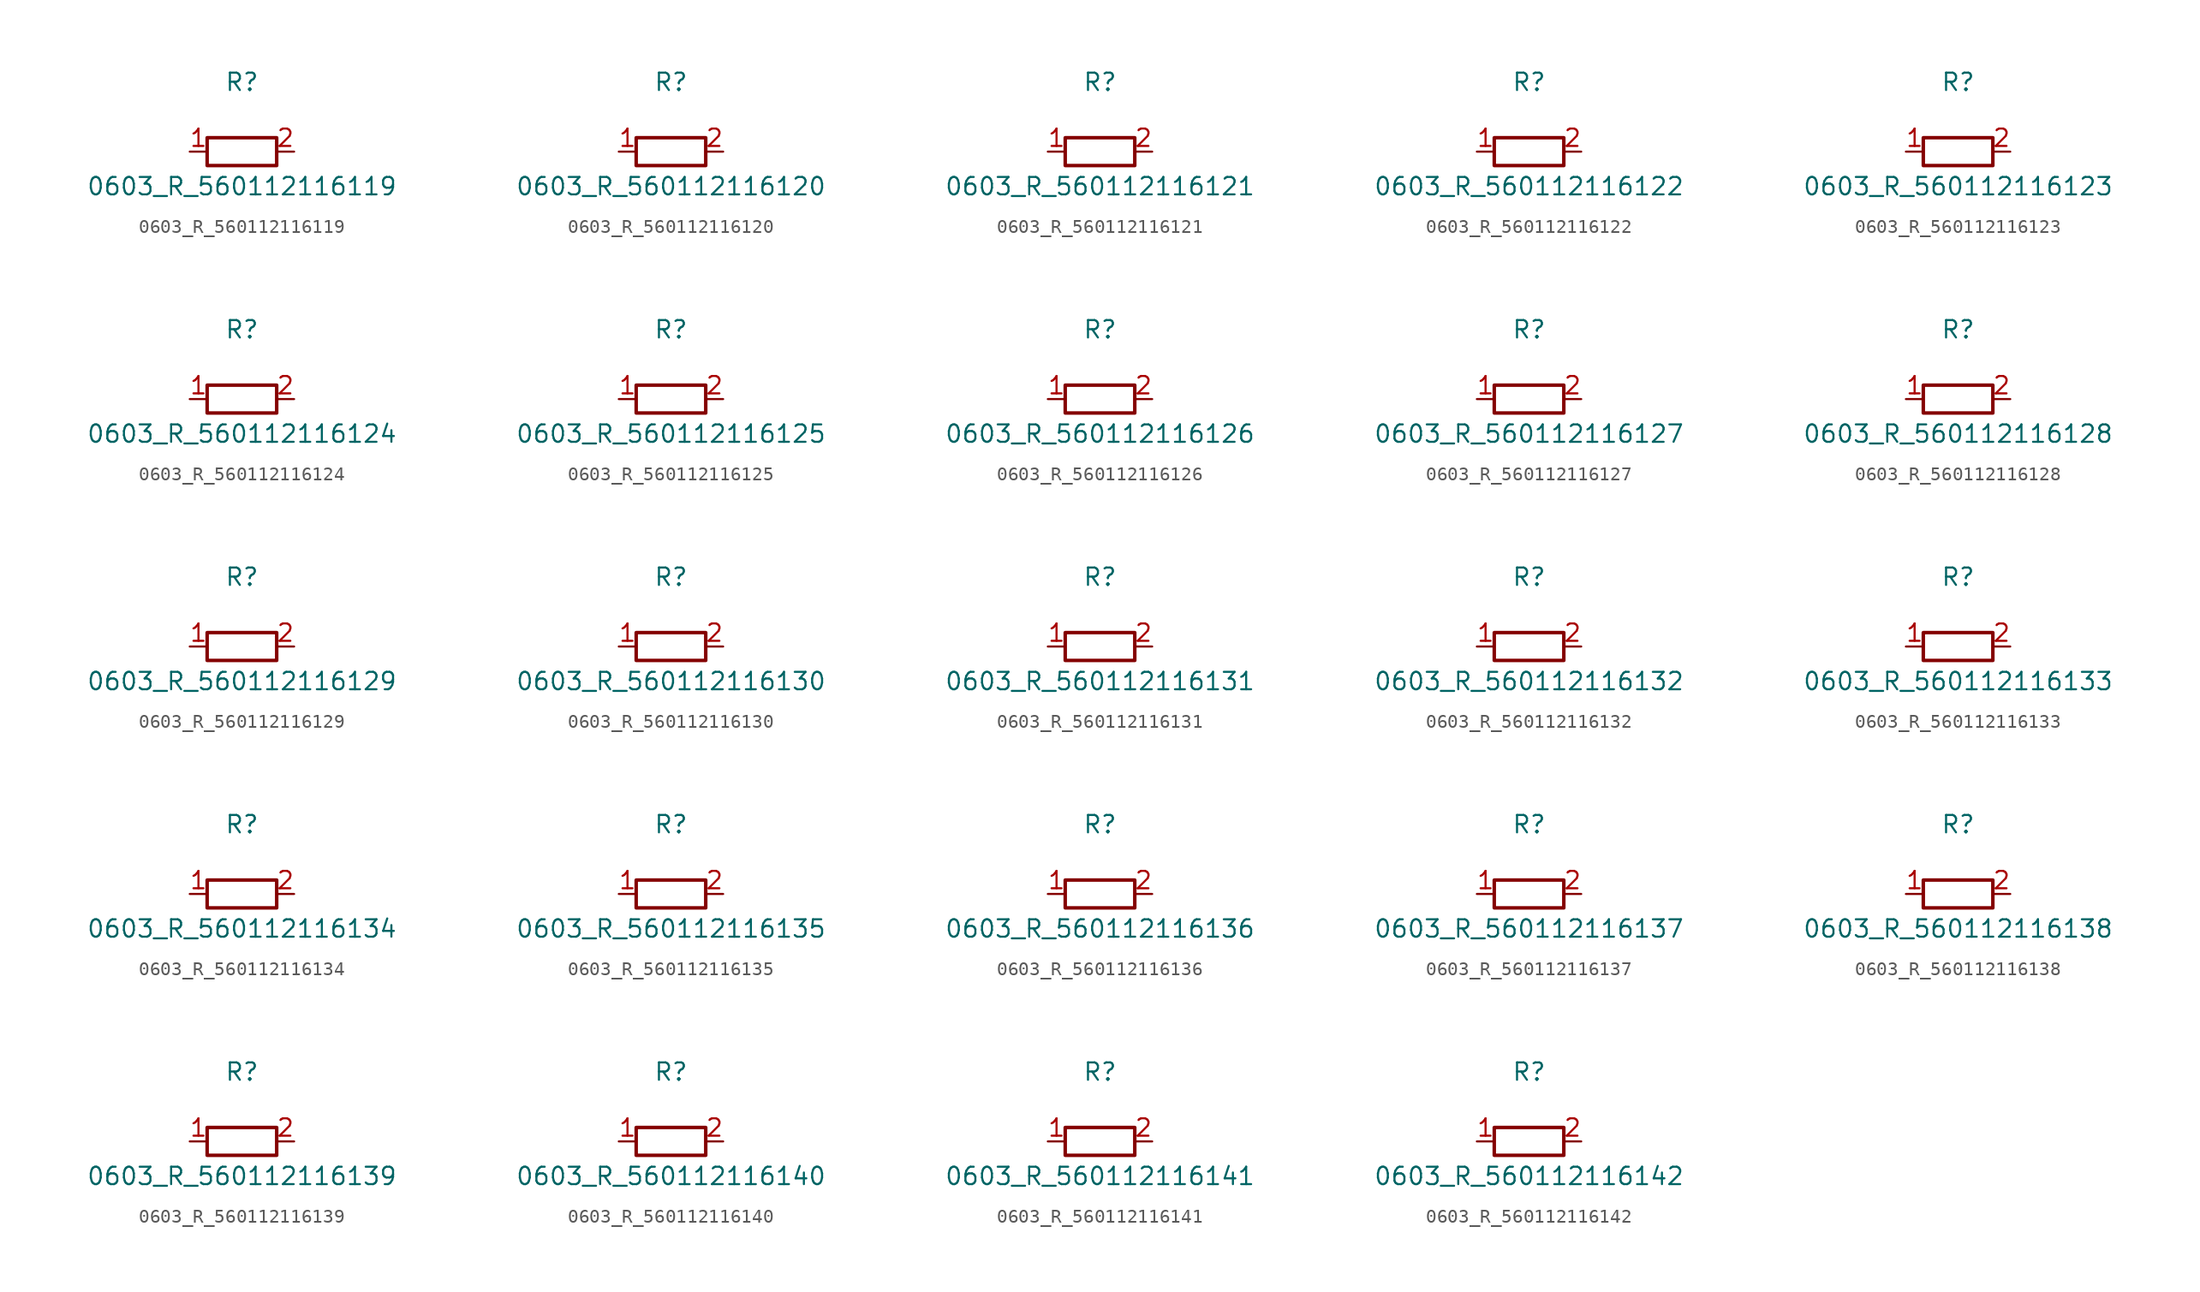
<source format=kicad_sym>
(kicad_symbol_lib
  (version 20220914)
  (generator kicad_symbol_editor)
  (symbol "0603_R_560112116119"
    (pin_names hide)
    (property "Reference" "R"
      (at 0 5.08 0)
      (effects (font (size 1.27 1.27))))
    (property "Value" "0603_R_560112116119"
      (at 0 -2.54 0)
      (effects (font (size 1.27 1.27))))
    (symbol "0603_R_560112116119_0_1"
      (rectangle (start -2.54 -1.016) (end 2.54 1.016) (stroke (width 0.254) (type default)) (fill (type none))))
    (symbol "0603_R_560112116119_1_1"
      (pin passive line (at -3.81 0 0) (length 1.27) (name "~" (effects (font (size 1.27 1.27)))) (number "1" (effects (font (size 1.27 1.27)))))
      (pin passive line (at 3.81 0 180) (length 1.27) (name "~" (effects (font (size 1.27 1.27)))) (number "2" (effects (font (size 1.27 1.27)))))))
  (symbol "0603_R_560112116120"
    (pin_names hide)
    (property "Reference" "R"
      (at 0 5.08 0)
      (effects (font (size 1.27 1.27))))
    (property "Value" "0603_R_560112116120"
      (at 0 -2.54 0)
      (effects (font (size 1.27 1.27))))
    (symbol "0603_R_560112116120_0_1"
      (rectangle (start -2.54 -1.016) (end 2.54 1.016) (stroke (width 0.254) (type default)) (fill (type none))))
    (symbol "0603_R_560112116120_1_1"
      (pin passive line (at -3.81 0 0) (length 1.27) (name "~" (effects (font (size 1.27 1.27)))) (number "1" (effects (font (size 1.27 1.27)))))
      (pin passive line (at 3.81 0 180) (length 1.27) (name "~" (effects (font (size 1.27 1.27)))) (number "2" (effects (font (size 1.27 1.27)))))))
  (symbol "0603_R_560112116121"
    (pin_names hide)
    (property "Reference" "R"
      (at 0 5.08 0)
      (effects (font (size 1.27 1.27))))
    (property "Value" "0603_R_560112116121"
      (at 0 -2.54 0)
      (effects (font (size 1.27 1.27))))
    (symbol "0603_R_560112116121_0_1"
      (rectangle (start -2.54 -1.016) (end 2.54 1.016) (stroke (width 0.254) (type default)) (fill (type none))))
    (symbol "0603_R_560112116121_1_1"
      (pin passive line (at -3.81 0 0) (length 1.27) (name "~" (effects (font (size 1.27 1.27)))) (number "1" (effects (font (size 1.27 1.27)))))
      (pin passive line (at 3.81 0 180) (length 1.27) (name "~" (effects (font (size 1.27 1.27)))) (number "2" (effects (font (size 1.27 1.27)))))))
  (symbol "0603_R_560112116122"
    (pin_names hide)
    (property "Reference" "R"
      (at 0 5.08 0)
      (effects (font (size 1.27 1.27))))
    (property "Value" "0603_R_560112116122"
      (at 0 -2.54 0)
      (effects (font (size 1.27 1.27))))
    (symbol "0603_R_560112116122_0_1"
      (rectangle (start -2.54 -1.016) (end 2.54 1.016) (stroke (width 0.254) (type default)) (fill (type none))))
    (symbol "0603_R_560112116122_1_1"
      (pin passive line (at -3.81 0 0) (length 1.27) (name "~" (effects (font (size 1.27 1.27)))) (number "1" (effects (font (size 1.27 1.27)))))
      (pin passive line (at 3.81 0 180) (length 1.27) (name "~" (effects (font (size 1.27 1.27)))) (number "2" (effects (font (size 1.27 1.27)))))))
  (symbol "0603_R_560112116123"
    (pin_names hide)
    (property "Reference" "R"
      (at 0 5.08 0)
      (effects (font (size 1.27 1.27))))
    (property "Value" "0603_R_560112116123"
      (at 0 -2.54 0)
      (effects (font (size 1.27 1.27))))
    (symbol "0603_R_560112116123_0_1"
      (rectangle (start -2.54 -1.016) (end 2.54 1.016) (stroke (width 0.254) (type default)) (fill (type none))))
    (symbol "0603_R_560112116123_1_1"
      (pin passive line (at -3.81 0 0) (length 1.27) (name "~" (effects (font (size 1.27 1.27)))) (number "1" (effects (font (size 1.27 1.27)))))
      (pin passive line (at 3.81 0 180) (length 1.27) (name "~" (effects (font (size 1.27 1.27)))) (number "2" (effects (font (size 1.27 1.27)))))))
  (symbol "0603_R_560112116124"
    (pin_names hide)
    (property "Reference" "R"
      (at 0 5.08 0)
      (effects (font (size 1.27 1.27))))
    (property "Value" "0603_R_560112116124"
      (at 0 -2.54 0)
      (effects (font (size 1.27 1.27))))
    (symbol "0603_R_560112116124_0_1"
      (rectangle (start -2.54 -1.016) (end 2.54 1.016) (stroke (width 0.254) (type default)) (fill (type none))))
    (symbol "0603_R_560112116124_1_1"
      (pin passive line (at -3.81 0 0) (length 1.27) (name "~" (effects (font (size 1.27 1.27)))) (number "1" (effects (font (size 1.27 1.27)))))
      (pin passive line (at 3.81 0 180) (length 1.27) (name "~" (effects (font (size 1.27 1.27)))) (number "2" (effects (font (size 1.27 1.27)))))))
  (symbol "0603_R_560112116125"
    (pin_names hide)
    (property "Reference" "R"
      (at 0 5.08 0)
      (effects (font (size 1.27 1.27))))
    (property "Value" "0603_R_560112116125"
      (at 0 -2.54 0)
      (effects (font (size 1.27 1.27))))
    (symbol "0603_R_560112116125_0_1"
      (rectangle (start -2.54 -1.016) (end 2.54 1.016) (stroke (width 0.254) (type default)) (fill (type none))))
    (symbol "0603_R_560112116125_1_1"
      (pin passive line (at -3.81 0 0) (length 1.27) (name "~" (effects (font (size 1.27 1.27)))) (number "1" (effects (font (size 1.27 1.27)))))
      (pin passive line (at 3.81 0 180) (length 1.27) (name "~" (effects (font (size 1.27 1.27)))) (number "2" (effects (font (size 1.27 1.27)))))))
  (symbol "0603_R_560112116126"
    (pin_names hide)
    (property "Reference" "R"
      (at 0 5.08 0)
      (effects (font (size 1.27 1.27))))
    (property "Value" "0603_R_560112116126"
      (at 0 -2.54 0)
      (effects (font (size 1.27 1.27))))
    (symbol "0603_R_560112116126_0_1"
      (rectangle (start -2.54 -1.016) (end 2.54 1.016) (stroke (width 0.254) (type default)) (fill (type none))))
    (symbol "0603_R_560112116126_1_1"
      (pin passive line (at -3.81 0 0) (length 1.27) (name "~" (effects (font (size 1.27 1.27)))) (number "1" (effects (font (size 1.27 1.27)))))
      (pin passive line (at 3.81 0 180) (length 1.27) (name "~" (effects (font (size 1.27 1.27)))) (number "2" (effects (font (size 1.27 1.27)))))))
  (symbol "0603_R_560112116127"
    (pin_names hide)
    (property "Reference" "R"
      (at 0 5.08 0)
      (effects (font (size 1.27 1.27))))
    (property "Value" "0603_R_560112116127"
      (at 0 -2.54 0)
      (effects (font (size 1.27 1.27))))
    (symbol "0603_R_560112116127_0_1"
      (rectangle (start -2.54 -1.016) (end 2.54 1.016) (stroke (width 0.254) (type default)) (fill (type none))))
    (symbol "0603_R_560112116127_1_1"
      (pin passive line (at -3.81 0 0) (length 1.27) (name "~" (effects (font (size 1.27 1.27)))) (number "1" (effects (font (size 1.27 1.27)))))
      (pin passive line (at 3.81 0 180) (length 1.27) (name "~" (effects (font (size 1.27 1.27)))) (number "2" (effects (font (size 1.27 1.27)))))))
  (symbol "0603_R_560112116128"
    (pin_names hide)
    (property "Reference" "R"
      (at 0 5.08 0)
      (effects (font (size 1.27 1.27))))
    (property "Value" "0603_R_560112116128"
      (at 0 -2.54 0)
      (effects (font (size 1.27 1.27))))
    (symbol "0603_R_560112116128_0_1"
      (rectangle (start -2.54 -1.016) (end 2.54 1.016) (stroke (width 0.254) (type default)) (fill (type none))))
    (symbol "0603_R_560112116128_1_1"
      (pin passive line (at -3.81 0 0) (length 1.27) (name "~" (effects (font (size 1.27 1.27)))) (number "1" (effects (font (size 1.27 1.27)))))
      (pin passive line (at 3.81 0 180) (length 1.27) (name "~" (effects (font (size 1.27 1.27)))) (number "2" (effects (font (size 1.27 1.27)))))))
  (symbol "0603_R_560112116129"
    (pin_names hide)
    (property "Reference" "R"
      (at 0 5.08 0)
      (effects (font (size 1.27 1.27))))
    (property "Value" "0603_R_560112116129"
      (at 0 -2.54 0)
      (effects (font (size 1.27 1.27))))
    (symbol "0603_R_560112116129_0_1"
      (rectangle (start -2.54 -1.016) (end 2.54 1.016) (stroke (width 0.254) (type default)) (fill (type none))))
    (symbol "0603_R_560112116129_1_1"
      (pin passive line (at -3.81 0 0) (length 1.27) (name "~" (effects (font (size 1.27 1.27)))) (number "1" (effects (font (size 1.27 1.27)))))
      (pin passive line (at 3.81 0 180) (length 1.27) (name "~" (effects (font (size 1.27 1.27)))) (number "2" (effects (font (size 1.27 1.27)))))))
  (symbol "0603_R_560112116130"
    (pin_names hide)
    (property "Reference" "R"
      (at 0 5.08 0)
      (effects (font (size 1.27 1.27))))
    (property "Value" "0603_R_560112116130"
      (at 0 -2.54 0)
      (effects (font (size 1.27 1.27))))
    (symbol "0603_R_560112116130_0_1"
      (rectangle (start -2.54 -1.016) (end 2.54 1.016) (stroke (width 0.254) (type default)) (fill (type none))))
    (symbol "0603_R_560112116130_1_1"
      (pin passive line (at -3.81 0 0) (length 1.27) (name "~" (effects (font (size 1.27 1.27)))) (number "1" (effects (font (size 1.27 1.27)))))
      (pin passive line (at 3.81 0 180) (length 1.27) (name "~" (effects (font (size 1.27 1.27)))) (number "2" (effects (font (size 1.27 1.27)))))))
  (symbol "0603_R_560112116131"
    (pin_names hide)
    (property "Reference" "R"
      (at 0 5.08 0)
      (effects (font (size 1.27 1.27))))
    (property "Value" "0603_R_560112116131"
      (at 0 -2.54 0)
      (effects (font (size 1.27 1.27))))
    (symbol "0603_R_560112116131_0_1"
      (rectangle (start -2.54 -1.016) (end 2.54 1.016) (stroke (width 0.254) (type default)) (fill (type none))))
    (symbol "0603_R_560112116131_1_1"
      (pin passive line (at -3.81 0 0) (length 1.27) (name "~" (effects (font (size 1.27 1.27)))) (number "1" (effects (font (size 1.27 1.27)))))
      (pin passive line (at 3.81 0 180) (length 1.27) (name "~" (effects (font (size 1.27 1.27)))) (number "2" (effects (font (size 1.27 1.27)))))))
  (symbol "0603_R_560112116132"
    (pin_names hide)
    (property "Reference" "R"
      (at 0 5.08 0)
      (effects (font (size 1.27 1.27))))
    (property "Value" "0603_R_560112116132"
      (at 0 -2.54 0)
      (effects (font (size 1.27 1.27))))
    (symbol "0603_R_560112116132_0_1"
      (rectangle (start -2.54 -1.016) (end 2.54 1.016) (stroke (width 0.254) (type default)) (fill (type none))))
    (symbol "0603_R_560112116132_1_1"
      (pin passive line (at -3.81 0 0) (length 1.27) (name "~" (effects (font (size 1.27 1.27)))) (number "1" (effects (font (size 1.27 1.27)))))
      (pin passive line (at 3.81 0 180) (length 1.27) (name "~" (effects (font (size 1.27 1.27)))) (number "2" (effects (font (size 1.27 1.27)))))))
  (symbol "0603_R_560112116133"
    (pin_names hide)
    (property "Reference" "R"
      (at 0 5.08 0)
      (effects (font (size 1.27 1.27))))
    (property "Value" "0603_R_560112116133"
      (at 0 -2.54 0)
      (effects (font (size 1.27 1.27))))
    (symbol "0603_R_560112116133_0_1"
      (rectangle (start -2.54 -1.016) (end 2.54 1.016) (stroke (width 0.254) (type default)) (fill (type none))))
    (symbol "0603_R_560112116133_1_1"
      (pin passive line (at -3.81 0 0) (length 1.27) (name "~" (effects (font (size 1.27 1.27)))) (number "1" (effects (font (size 1.27 1.27)))))
      (pin passive line (at 3.81 0 180) (length 1.27) (name "~" (effects (font (size 1.27 1.27)))) (number "2" (effects (font (size 1.27 1.27)))))))
  (symbol "0603_R_560112116134"
    (pin_names hide)
    (property "Reference" "R"
      (at 0 5.08 0)
      (effects (font (size 1.27 1.27))))
    (property "Value" "0603_R_560112116134"
      (at 0 -2.54 0)
      (effects (font (size 1.27 1.27))))
    (symbol "0603_R_560112116134_0_1"
      (rectangle (start -2.54 -1.016) (end 2.54 1.016) (stroke (width 0.254) (type default)) (fill (type none))))
    (symbol "0603_R_560112116134_1_1"
      (pin passive line (at -3.81 0 0) (length 1.27) (name "~" (effects (font (size 1.27 1.27)))) (number "1" (effects (font (size 1.27 1.27)))))
      (pin passive line (at 3.81 0 180) (length 1.27) (name "~" (effects (font (size 1.27 1.27)))) (number "2" (effects (font (size 1.27 1.27)))))))
  (symbol "0603_R_560112116135"
    (pin_names hide)
    (property "Reference" "R"
      (at 0 5.08 0)
      (effects (font (size 1.27 1.27))))
    (property "Value" "0603_R_560112116135"
      (at 0 -2.54 0)
      (effects (font (size 1.27 1.27))))
    (symbol "0603_R_560112116135_0_1"
      (rectangle (start -2.54 -1.016) (end 2.54 1.016) (stroke (width 0.254) (type default)) (fill (type none))))
    (symbol "0603_R_560112116135_1_1"
      (pin passive line (at -3.81 0 0) (length 1.27) (name "~" (effects (font (size 1.27 1.27)))) (number "1" (effects (font (size 1.27 1.27)))))
      (pin passive line (at 3.81 0 180) (length 1.27) (name "~" (effects (font (size 1.27 1.27)))) (number "2" (effects (font (size 1.27 1.27)))))))
  (symbol "0603_R_560112116136"
    (pin_names hide)
    (property "Reference" "R"
      (at 0 5.08 0)
      (effects (font (size 1.27 1.27))))
    (property "Value" "0603_R_560112116136"
      (at 0 -2.54 0)
      (effects (font (size 1.27 1.27))))
    (symbol "0603_R_560112116136_0_1"
      (rectangle (start -2.54 -1.016) (end 2.54 1.016) (stroke (width 0.254) (type default)) (fill (type none))))
    (symbol "0603_R_560112116136_1_1"
      (pin passive line (at -3.81 0 0) (length 1.27) (name "~" (effects (font (size 1.27 1.27)))) (number "1" (effects (font (size 1.27 1.27)))))
      (pin passive line (at 3.81 0 180) (length 1.27) (name "~" (effects (font (size 1.27 1.27)))) (number "2" (effects (font (size 1.27 1.27)))))))
  (symbol "0603_R_560112116137"
    (pin_names hide)
    (property "Reference" "R"
      (at 0 5.08 0)
      (effects (font (size 1.27 1.27))))
    (property "Value" "0603_R_560112116137"
      (at 0 -2.54 0)
      (effects (font (size 1.27 1.27))))
    (symbol "0603_R_560112116137_0_1"
      (rectangle (start -2.54 -1.016) (end 2.54 1.016) (stroke (width 0.254) (type default)) (fill (type none))))
    (symbol "0603_R_560112116137_1_1"
      (pin passive line (at -3.81 0 0) (length 1.27) (name "~" (effects (font (size 1.27 1.27)))) (number "1" (effects (font (size 1.27 1.27)))))
      (pin passive line (at 3.81 0 180) (length 1.27) (name "~" (effects (font (size 1.27 1.27)))) (number "2" (effects (font (size 1.27 1.27)))))))
  (symbol "0603_R_560112116138"
    (pin_names hide)
    (property "Reference" "R"
      (at 0 5.08 0)
      (effects (font (size 1.27 1.27))))
    (property "Value" "0603_R_560112116138"
      (at 0 -2.54 0)
      (effects (font (size 1.27 1.27))))
    (symbol "0603_R_560112116138_0_1"
      (rectangle (start -2.54 -1.016) (end 2.54 1.016) (stroke (width 0.254) (type default)) (fill (type none))))
    (symbol "0603_R_560112116138_1_1"
      (pin passive line (at -3.81 0 0) (length 1.27) (name "~" (effects (font (size 1.27 1.27)))) (number "1" (effects (font (size 1.27 1.27)))))
      (pin passive line (at 3.81 0 180) (length 1.27) (name "~" (effects (font (size 1.27 1.27)))) (number "2" (effects (font (size 1.27 1.27)))))))
  (symbol "0603_R_560112116139"
    (pin_names hide)
    (property "Reference" "R"
      (at 0 5.08 0)
      (effects (font (size 1.27 1.27))))
    (property "Value" "0603_R_560112116139"
      (at 0 -2.54 0)
      (effects (font (size 1.27 1.27))))
    (symbol "0603_R_560112116139_0_1"
      (rectangle (start -2.54 -1.016) (end 2.54 1.016) (stroke (width 0.254) (type default)) (fill (type none))))
    (symbol "0603_R_560112116139_1_1"
      (pin passive line (at -3.81 0 0) (length 1.27) (name "~" (effects (font (size 1.27 1.27)))) (number "1" (effects (font (size 1.27 1.27)))))
      (pin passive line (at 3.81 0 180) (length 1.27) (name "~" (effects (font (size 1.27 1.27)))) (number "2" (effects (font (size 1.27 1.27)))))))
  (symbol "0603_R_560112116140"
    (pin_names hide)
    (property "Reference" "R"
      (at 0 5.08 0)
      (effects (font (size 1.27 1.27))))
    (property "Value" "0603_R_560112116140"
      (at 0 -2.54 0)
      (effects (font (size 1.27 1.27))))
    (symbol "0603_R_560112116140_0_1"
      (rectangle (start -2.54 -1.016) (end 2.54 1.016) (stroke (width 0.254) (type default)) (fill (type none))))
    (symbol "0603_R_560112116140_1_1"
      (pin passive line (at -3.81 0 0) (length 1.27) (name "~" (effects (font (size 1.27 1.27)))) (number "1" (effects (font (size 1.27 1.27)))))
      (pin passive line (at 3.81 0 180) (length 1.27) (name "~" (effects (font (size 1.27 1.27)))) (number "2" (effects (font (size 1.27 1.27)))))))
  (symbol "0603_R_560112116141"
    (pin_names hide)
    (property "Reference" "R"
      (at 0 5.08 0)
      (effects (font (size 1.27 1.27))))
    (property "Value" "0603_R_560112116141"
      (at 0 -2.54 0)
      (effects (font (size 1.27 1.27))))
    (symbol "0603_R_560112116141_0_1"
      (rectangle (start -2.54 -1.016) (end 2.54 1.016) (stroke (width 0.254) (type default)) (fill (type none))))
    (symbol "0603_R_560112116141_1_1"
      (pin passive line (at -3.81 0 0) (length 1.27) (name "~" (effects (font (size 1.27 1.27)))) (number "1" (effects (font (size 1.27 1.27)))))
      (pin passive line (at 3.81 0 180) (length 1.27) (name "~" (effects (font (size 1.27 1.27)))) (number "2" (effects (font (size 1.27 1.27)))))))
  (symbol "0603_R_560112116142"
    (pin_names hide)
    (property "Reference" "R"
      (at 0 5.08 0)
      (effects (font (size 1.27 1.27))))
    (property "Value" "0603_R_560112116142"
      (at 0 -2.54 0)
      (effects (font (size 1.27 1.27))))
    (symbol "0603_R_560112116142_0_1"
      (rectangle (start -2.54 -1.016) (end 2.54 1.016) (stroke (width 0.254) (type default)) (fill (type none))))
    (symbol "0603_R_560112116142_1_1"
      (pin passive line (at -3.81 0 0) (length 1.27) (name "~" (effects (font (size 1.27 1.27)))) (number "1" (effects (font (size 1.27 1.27)))))
      (pin passive line (at 3.81 0 180) (length 1.27) (name "~" (effects (font (size 1.27 1.27)))) (number "2" (effects (font (size 1.27 1.27))))))))
</source>
